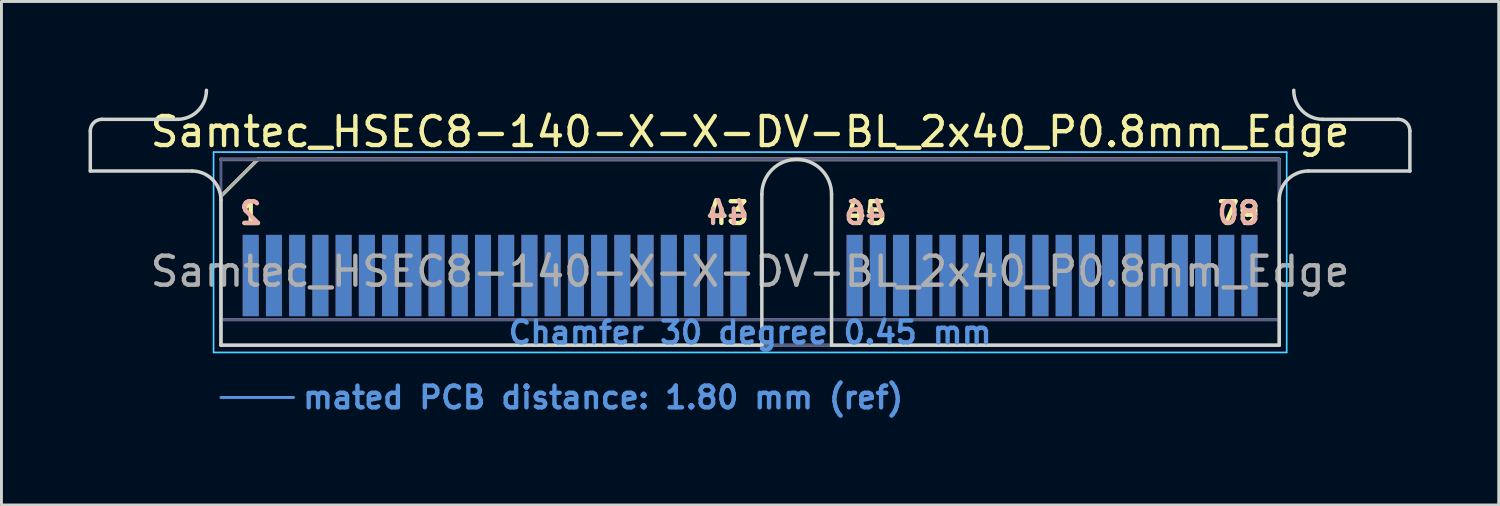
<source format=kicad_pcb>
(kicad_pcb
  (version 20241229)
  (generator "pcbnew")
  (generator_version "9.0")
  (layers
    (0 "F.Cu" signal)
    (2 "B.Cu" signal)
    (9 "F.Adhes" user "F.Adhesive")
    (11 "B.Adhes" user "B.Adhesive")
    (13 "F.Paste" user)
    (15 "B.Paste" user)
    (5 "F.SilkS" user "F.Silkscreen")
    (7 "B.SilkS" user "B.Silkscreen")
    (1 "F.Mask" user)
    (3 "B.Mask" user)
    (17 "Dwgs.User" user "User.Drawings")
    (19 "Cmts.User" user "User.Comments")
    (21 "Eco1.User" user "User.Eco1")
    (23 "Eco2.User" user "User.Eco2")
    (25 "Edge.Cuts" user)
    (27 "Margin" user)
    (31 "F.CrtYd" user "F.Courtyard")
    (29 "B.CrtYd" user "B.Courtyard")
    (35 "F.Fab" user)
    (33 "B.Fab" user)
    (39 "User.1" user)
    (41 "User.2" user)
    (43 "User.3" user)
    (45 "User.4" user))
  (footprint "Samtec_HSEC8-140-X-X-DV-BL_2x40_P0.8mm_Edge"
    (layer "F.Cu")
    (at 22.785 8.84)
    (property "Reference" "Samtec_HSEC8-140-X-X-DV-BL_2x40_P0.8mm_Edge" (at 0 -7.35 0) (layer "F.SilkS") (effects (font (size 1 1) (thickness 0.15))))
    (attr exclude_from_pos_files exclude_from_bom)
    (fp_line (start -18.225 -5.13) (end -16.955 -6.4) (stroke (width 0.12) (type solid)) (layer "F.SilkS"))
    (fp_line (start -16.955 -6.4) (end 18.225 -6.4) (stroke (width 0.12) (type solid)) (layer "F.SilkS"))
    (fp_line (start -18.225 -6.4) (end -18.225 -6.4) (stroke (width 0.12) (type solid)) (layer "B.SilkS"))
    (fp_line (start -18.225 -6.4) (end 18.225 -6.4) (stroke (width 0.12) (type solid)) (layer "B.SilkS"))
    (fp_line (start -18.225 1.8) (end -15.725 1.8) (stroke (width 0.1) (type solid)) (layer "Cmts.User"))
    (fp_line (start -22.725 -6) (end -22.725 -7.38) (stroke (width 0.12) (type solid)) (layer "Edge.Cuts"))
    (fp_line (start -22.325 -7.78) (end -19.725 -7.78) (stroke (width 0.12) (type solid)) (layer "Edge.Cuts"))
    (fp_line (start -19.225 -6) (end -22.725 -6) (stroke (width 0.12) (type solid)) (layer "Edge.Cuts"))
    (fp_line (start -18.225 -5) (end -18.225 0) (stroke (width 0.12) (type solid)) (layer "Edge.Cuts"))
    (fp_line (start -18.225 0) (end 0.405 0) (stroke (width 0.12) (type solid)) (layer "Edge.Cuts"))
    (fp_line (start 0.405 0) (end 0.405 -5.2) (stroke (width 0.12) (type solid)) (layer "Edge.Cuts"))
    (fp_line (start 2.805 -5.2) (end 2.805 0) (stroke (width 0.12) (type solid)) (layer "Edge.Cuts"))
    (fp_line (start 2.805 0) (end 18.225 0) (stroke (width 0.12) (type solid)) (layer "Edge.Cuts"))
    (fp_line (start 18.225 0) (end 18.225 -5) (stroke (width 0.12) (type solid)) (layer "Edge.Cuts"))
    (fp_line (start 19.225 -6) (end 22.725 -6) (stroke (width 0.12) (type solid)) (layer "Edge.Cuts"))
    (fp_line (start 22.325 -7.78) (end 19.725 -7.78) (stroke (width 0.12) (type solid)) (layer "Edge.Cuts"))
    (fp_line (start 22.725 -6) (end 22.725 -7.38) (stroke (width 0.12) (type solid)) (layer "Edge.Cuts"))
    (fp_arc (start -22.725 -7.38) (mid -22.607843 -7.662843) (end -22.325 -7.78) (stroke (width 0.12) (type solid)) (layer "Edge.Cuts"))
    (fp_arc (start -19.225 -6) (mid -18.517893 -5.707107) (end -18.225 -5) (stroke (width 0.12) (type solid)) (layer "Edge.Cuts"))
    (fp_arc (start -18.725 -8.78) (mid -19.017893 -8.072893) (end -19.725 -7.78) (stroke (width 0.12) (type solid)) (layer "Edge.Cuts"))
    (fp_arc (start 0.405 -5.2) (mid 1.605 -6.4) (end 2.805 -5.2) (stroke (width 0.12) (type solid)) (layer "Edge.Cuts"))
    (fp_arc (start 18.225 -5) (mid 18.517893 -5.707107) (end 19.225 -6) (stroke (width 0.12) (type solid)) (layer "Edge.Cuts"))
    (fp_arc (start 19.725 -7.78) (mid 19.017893 -8.072893) (end 18.725 -8.78) (stroke (width 0.12) (type solid)) (layer "Edge.Cuts"))
    (fp_arc (start 22.325 -7.78) (mid 22.607843 -7.662843) (end 22.725 -7.38) (stroke (width 0.12) (type solid)) (layer "Edge.Cuts"))
    (fp_line (start -18.48 -6.65) (end -18.48 0.25) (stroke (width 0.05) (type solid)) (layer "B.CrtYd"))
    (fp_line (start -18.48 0.25) (end 18.48 0.25) (stroke (width 0.05) (type solid)) (layer "B.CrtYd"))
    (fp_line (start 18.48 -6.65) (end -18.48 -6.65) (stroke (width 0.05) (type solid)) (layer "B.CrtYd"))
    (fp_line (start 18.48 0.25) (end 18.48 -6.65) (stroke (width 0.05) (type solid)) (layer "B.CrtYd"))
    (fp_line (start -18.48 -6.65) (end -18.48 0.25) (stroke (width 0.05) (type solid)) (layer "F.CrtYd"))
    (fp_line (start -18.48 0.25) (end 18.48 0.25) (stroke (width 0.05) (type solid)) (layer "F.CrtYd"))
    (fp_line (start 18.48 -6.65) (end -18.48 -6.65) (stroke (width 0.05) (type solid)) (layer "F.CrtYd"))
    (fp_line (start 18.48 0.25) (end 18.48 -6.65) (stroke (width 0.05) (type solid)) (layer "F.CrtYd"))
    (fp_line (start -18.225 -6.4) (end -18.225 -6.4) (stroke (width 0.1) (type solid)) (layer "B.Fab"))
    (fp_line (start -18.225 -6.4) (end -18.225 0) (stroke (width 0.1) (type solid)) (layer "B.Fab"))
    (fp_line (start -18.225 -6.4) (end 18.225 -6.4) (stroke (width 0.1) (type solid)) (layer "B.Fab"))
    (fp_line (start -18.225 -0.88) (end 18.225 -0.88) (stroke (width 0.1) (type solid)) (layer "B.Fab"))
    (fp_line (start -18.225 0) (end 18.225 0) (stroke (width 0.1) (type solid)) (layer "B.Fab"))
    (fp_line (start 18.225 -6.4) (end 18.225 0) (stroke (width 0.1) (type solid)) (layer "B.Fab"))
    (fp_line (start -18.225 -5.13) (end -18.225 0) (stroke (width 0.1) (type solid)) (layer "F.Fab"))
    (fp_line (start -18.225 -5.13) (end -16.955 -6.4) (stroke (width 0.1) (type solid)) (layer "F.Fab"))
    (fp_line (start -18.225 -0.88) (end 18.225 -0.88) (stroke (width 0.1) (type solid)) (layer "F.Fab"))
    (fp_line (start -18.225 0) (end 18.225 0) (stroke (width 0.1) (type solid)) (layer "F.Fab"))
    (fp_line (start -16.955 -6.4) (end 18.225 -6.4) (stroke (width 0.1) (type solid)) (layer "F.Fab"))
    (fp_line (start 18.225 -6.4) (end 18.225 0) (stroke (width 0.1) (type solid)) (layer "F.Fab"))
    (fp_text user "1" (at -17.2 -4.55 0) (layer "F.SilkS") (effects (font (size 0.75 0.75) (thickness 0.15))))
    (fp_text user "79" (at 16.825 -4.55 0) (layer "F.SilkS") (effects (font (size 0.75 0.75) (thickness 0.15))))
    (fp_text user "45" (at 3.975 -4.55 0) (layer "F.SilkS") (effects (font (size 0.75 0.75) (thickness 0.15))))
    (fp_text user "43" (at -0.775 -4.55 0) (layer "F.SilkS") (effects (font (size 0.75 0.75) (thickness 0.15))))
    (fp_text user "80" (at 16.825 -4.55 0) (layer "B.SilkS") (effects (font (size 0.75 0.75) (thickness 0.15)) (justify mirror)))
    (fp_text user "44" (at -0.775 -4.55 0) (layer "B.SilkS") (effects (font (size 0.75 0.75) (thickness 0.15)) (justify mirror)))
    (fp_text user "2" (at -17.2 -4.55 0) (layer "B.SilkS") (effects (font (size 0.75 0.75) (thickness 0.15)) (justify mirror)))
    (fp_text user "46" (at 3.975 -4.55 0) (layer "B.SilkS") (effects (font (size 0.75 0.75) (thickness 0.15)) (justify mirror)))
    (fp_text user "Chamfer 30 degree 0.45 mm" (at 0 -0.44 0) (layer "Cmts.User") (effects (font (size 0.75 0.75) (thickness 0.15))))
    (fp_text user "mated PCB distance: 1.80 mm (ref)" (at -15.48 1.8 0) (layer "Cmts.User") (effects (font (size 0.75 0.75) (thickness 0.15)) (justify left)))
    (fp_text user "${REFERENCE}" (at 0 -2.54 0) (layer "F.Fab") (effects (font (size 1 1) (thickness 0.15))))
    (pad "1" connect rect (at -17.2 -2.4) (size 0.55 2.8) (layers "F.Cu" "F.Mask"))
    (pad "2" connect rect (at -17.2 -2.4) (size 0.55 2.8) (layers "B.Cu" "B.Mask"))
    (pad "3" connect rect (at -16.4 -2.4) (size 0.55 2.8) (layers "F.Cu" "F.Mask"))
    (pad "4" connect rect (at -16.4 -2.4) (size 0.55 2.8) (layers "B.Cu" "B.Mask"))
    (pad "5" connect rect (at -15.6 -2.4) (size 0.55 2.8) (layers "F.Cu" "F.Mask"))
    (pad "6" connect rect (at -15.6 -2.4) (size 0.55 2.8) (layers "B.Cu" "B.Mask"))
    (pad "7" connect rect (at -14.8 -2.4) (size 0.55 2.8) (layers "F.Cu" "F.Mask"))
    (pad "8" connect rect (at -14.8 -2.4) (size 0.55 2.8) (layers "B.Cu" "B.Mask"))
    (pad "9" connect rect (at -14 -2.4) (size 0.55 2.8) (layers "F.Cu" "F.Mask"))
    (pad "10" connect rect (at -14 -2.4) (size 0.55 2.8) (layers "B.Cu" "B.Mask"))
    (pad "11" connect rect (at -13.2 -2.4) (size 0.55 2.8) (layers "F.Cu" "F.Mask"))
    (pad "12" connect rect (at -13.2 -2.4) (size 0.55 2.8) (layers "B.Cu" "B.Mask"))
    (pad "13" connect rect (at -12.4 -2.4) (size 0.55 2.8) (layers "F.Cu" "F.Mask"))
    (pad "14" connect rect (at -12.4 -2.4) (size 0.55 2.8) (layers "B.Cu" "B.Mask"))
    (pad "15" connect rect (at -11.6 -2.4) (size 0.55 2.8) (layers "F.Cu" "F.Mask"))
    (pad "16" connect rect (at -11.6 -2.4) (size 0.55 2.8) (layers "B.Cu" "B.Mask"))
    (pad "17" connect rect (at -10.8 -2.4) (size 0.55 2.8) (layers "F.Cu" "F.Mask"))
    (pad "18" connect rect (at -10.8 -2.4) (size 0.55 2.8) (layers "B.Cu" "B.Mask"))
    (pad "19" connect rect (at -10 -2.4) (size 0.55 2.8) (layers "F.Cu" "F.Mask"))
    (pad "20" connect rect (at -10 -2.4) (size 0.55 2.8) (layers "B.Cu" "B.Mask"))
    (pad "21" connect rect (at -9.2 -2.4) (size 0.55 2.8) (layers "F.Cu" "F.Mask"))
    (pad "22" connect rect (at -9.2 -2.4) (size 0.55 2.8) (layers "B.Cu" "B.Mask"))
    (pad "23" connect rect (at -8.4 -2.4) (size 0.55 2.8) (layers "F.Cu" "F.Mask"))
    (pad "24" connect rect (at -8.4 -2.4) (size 0.55 2.8) (layers "B.Cu" "B.Mask"))
    (pad "25" connect rect (at -7.6 -2.4) (size 0.55 2.8) (layers "F.Cu" "F.Mask"))
    (pad "26" connect rect (at -7.6 -2.4) (size 0.55 2.8) (layers "B.Cu" "B.Mask"))
    (pad "27" connect rect (at -6.8 -2.4) (size 0.55 2.8) (layers "F.Cu" "F.Mask"))
    (pad "28" connect rect (at -6.8 -2.4) (size 0.55 2.8) (layers "B.Cu" "B.Mask"))
    (pad "29" connect rect (at -6 -2.4) (size 0.55 2.8) (layers "F.Cu" "F.Mask"))
    (pad "30" connect rect (at -6 -2.4) (size 0.55 2.8) (layers "B.Cu" "B.Mask"))
    (pad "31" connect rect (at -5.2 -2.4) (size 0.55 2.8) (layers "F.Cu" "F.Mask"))
    (pad "32" connect rect (at -5.2 -2.4) (size 0.55 2.8) (layers "B.Cu" "B.Mask"))
    (pad "33" connect rect (at -4.4 -2.4) (size 0.55 2.8) (layers "F.Cu" "F.Mask"))
    (pad "34" connect rect (at -4.4 -2.4) (size 0.55 2.8) (layers "B.Cu" "B.Mask"))
    (pad "35" connect rect (at -3.6 -2.4) (size 0.55 2.8) (layers "F.Cu" "F.Mask"))
    (pad "36" connect rect (at -3.6 -2.4) (size 0.55 2.8) (layers "B.Cu" "B.Mask"))
    (pad "37" connect rect (at -2.8 -2.4) (size 0.55 2.8) (layers "F.Cu" "F.Mask"))
    (pad "38" connect rect (at -2.8 -2.4) (size 0.55 2.8) (layers "B.Cu" "B.Mask"))
    (pad "39" connect rect (at -2 -2.4) (size 0.55 2.8) (layers "F.Cu" "F.Mask"))
    (pad "40" connect rect (at -2 -2.4) (size 0.55 2.8) (layers "B.Cu" "B.Mask"))
    (pad "41" connect rect (at -1.2 -2.4) (size 0.55 2.8) (layers "F.Cu" "F.Mask"))
    (pad "42" connect rect (at -1.2 -2.4) (size 0.55 2.8) (layers "B.Cu" "B.Mask"))
    (pad "43" connect rect (at -0.4 -2.4) (size 0.55 2.8) (layers "F.Cu" "F.Mask"))
    (pad "44" connect rect (at -0.4 -2.4) (size 0.55 2.8) (layers "B.Cu" "B.Mask"))
    (pad "45" connect rect (at 3.6 -2.4) (size 0.55 2.8) (layers "F.Cu" "F.Mask"))
    (pad "46" connect rect (at 3.6 -2.4) (size 0.55 2.8) (layers "B.Cu" "B.Mask"))
    (pad "47" connect rect (at 4.4 -2.4) (size 0.55 2.8) (layers "F.Cu" "F.Mask"))
    (pad "48" connect rect (at 4.4 -2.4) (size 0.55 2.8) (layers "B.Cu" "B.Mask"))
    (pad "49" connect rect (at 5.2 -2.4) (size 0.55 2.8) (layers "F.Cu" "F.Mask"))
    (pad "50" connect rect (at 5.2 -2.4) (size 0.55 2.8) (layers "B.Cu" "B.Mask"))
    (pad "51" connect rect (at 6 -2.4) (size 0.55 2.8) (layers "F.Cu" "F.Mask"))
    (pad "52" connect rect (at 6 -2.4) (size 0.55 2.8) (layers "B.Cu" "B.Mask"))
    (pad "53" connect rect (at 6.8 -2.4) (size 0.55 2.8) (layers "F.Cu" "F.Mask"))
    (pad "54" connect rect (at 6.8 -2.4) (size 0.55 2.8) (layers "B.Cu" "B.Mask"))
    (pad "55" connect rect (at 7.6 -2.4) (size 0.55 2.8) (layers "F.Cu" "F.Mask"))
    (pad "56" connect rect (at 7.6 -2.4) (size 0.55 2.8) (layers "B.Cu" "B.Mask"))
    (pad "57" connect rect (at 8.4 -2.4) (size 0.55 2.8) (layers "F.Cu" "F.Mask"))
    (pad "58" connect rect (at 8.4 -2.4) (size 0.55 2.8) (layers "B.Cu" "B.Mask"))
    (pad "59" connect rect (at 9.2 -2.4) (size 0.55 2.8) (layers "F.Cu" "F.Mask"))
    (pad "60" connect rect (at 9.2 -2.4) (size 0.55 2.8) (layers "B.Cu" "B.Mask"))
    (pad "61" connect rect (at 10 -2.4) (size 0.55 2.8) (layers "F.Cu" "F.Mask"))
    (pad "62" connect rect (at 10 -2.4) (size 0.55 2.8) (layers "B.Cu" "B.Mask"))
    (pad "63" connect rect (at 10.8 -2.4) (size 0.55 2.8) (layers "F.Cu" "F.Mask"))
    (pad "64" connect rect (at 10.8 -2.4) (size 0.55 2.8) (layers "B.Cu" "B.Mask"))
    (pad "65" connect rect (at 11.6 -2.4) (size 0.55 2.8) (layers "F.Cu" "F.Mask"))
    (pad "66" connect rect (at 11.6 -2.4) (size 0.55 2.8) (layers "B.Cu" "B.Mask"))
    (pad "67" connect rect (at 12.4 -2.4) (size 0.55 2.8) (layers "F.Cu" "F.Mask"))
    (pad "68" connect rect (at 12.4 -2.4) (size 0.55 2.8) (layers "B.Cu" "B.Mask"))
    (pad "69" connect rect (at 13.2 -2.4) (size 0.55 2.8) (layers "F.Cu" "F.Mask"))
    (pad "70" connect rect (at 13.2 -2.4) (size 0.55 2.8) (layers "B.Cu" "B.Mask"))
    (pad "71" connect rect (at 14 -2.4) (size 0.55 2.8) (layers "F.Cu" "F.Mask"))
    (pad "72" connect rect (at 14 -2.4) (size 0.55 2.8) (layers "B.Cu" "B.Mask"))
    (pad "73" connect rect (at 14.8 -2.4) (size 0.55 2.8) (layers "F.Cu" "F.Mask"))
    (pad "74" connect rect (at 14.8 -2.4) (size 0.55 2.8) (layers "B.Cu" "B.Mask"))
    (pad "75" connect rect (at 15.6 -2.4) (size 0.55 2.8) (layers "F.Cu" "F.Mask"))
    (pad "76" connect rect (at 15.6 -2.4) (size 0.55 2.8) (layers "B.Cu" "B.Mask"))
    (pad "77" connect rect (at 16.4 -2.4) (size 0.55 2.8) (layers "F.Cu" "F.Mask"))
    (pad "78" connect rect (at 16.4 -2.4) (size 0.55 2.8) (layers "B.Cu" "B.Mask"))
    (pad "79" connect rect (at 17.2 -2.4) (size 0.55 2.8) (layers "F.Cu" "F.Mask"))
    (pad "80" connect rect (at 17.2 -2.4) (size 0.55 2.8) (layers "B.Cu" "B.Mask")))
  (gr_rect
    (start -3 -3)
    (end 48.57 14.342)
    (stroke (width 0.1) (type default))
    (fill no)
    (layer "Edge.Cuts")))
</source>
